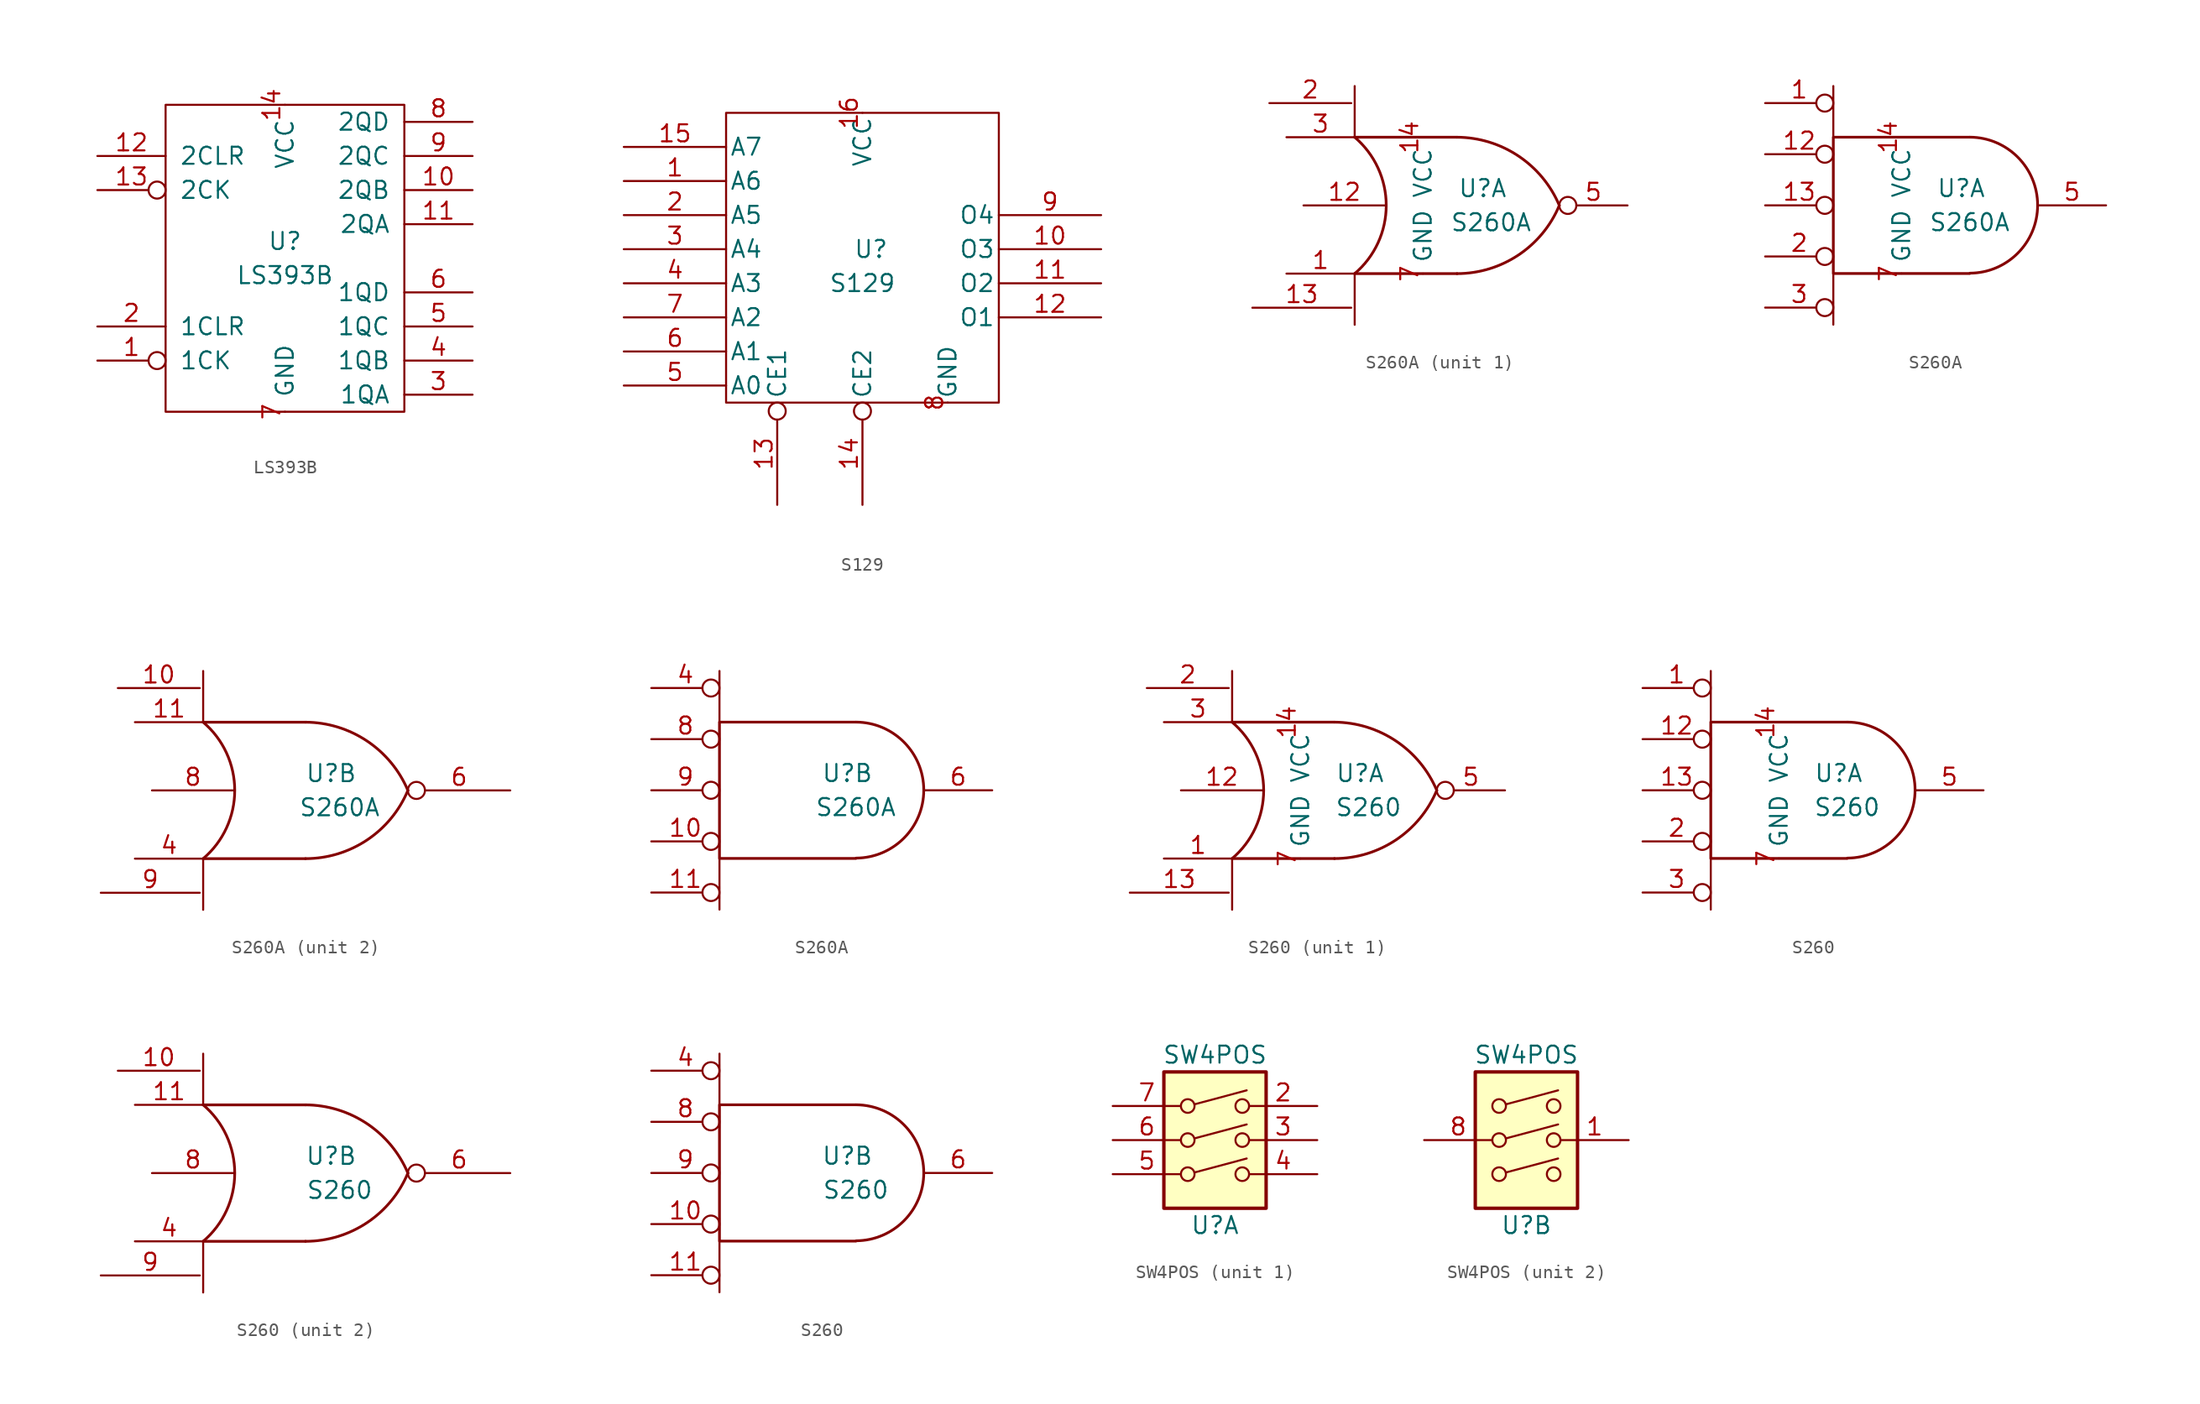
<source format=kicad_sym>
(kicad_symbol_lib
  (version 20211014)
  (generator kicad_symbol_editor)
  (symbol "LS393B"
    (pin_names
      (offset 1.016))
    (property "Reference" "U"
      (at 0 1.27 0)
      (effects (font (size 1.27 1.27))))
    (property "Value" "LS393B"
      (at 0 -1.27 0)
      (effects (font (size 1.27 1.27))))
    (symbol "LS393B_1_1"
      (rectangle (start -8.89 11.43) (end 8.89 -11.43) (stroke (width 0) (type default) (color 0 0 0 0)) (fill (type none)))
      (pin input inverted (at -13.97 -7.62 0) (length 5.08) (name "1CK" (effects (font (size 1.27 1.27)))) (number "1" (effects (font (size 1.27 1.27)))))
      (pin output line (at 13.97 5.08 180) (length 5.08) (name "2QB" (effects (font (size 1.27 1.27)))) (number "10" (effects (font (size 1.27 1.27)))))
      (pin output line (at 13.97 2.54 180) (length 5.08) (name "2QA" (effects (font (size 1.27 1.27)))) (number "11" (effects (font (size 1.27 1.27)))))
      (pin input line (at -13.97 7.62 0) (length 5.08) (name "2CLR" (effects (font (size 1.27 1.27)))) (number "12" (effects (font (size 1.27 1.27)))))
      (pin input inverted (at -13.97 5.08 0) (length 5.08) (name "2CK" (effects (font (size 1.27 1.27)))) (number "13" (effects (font (size 1.27 1.27)))))
      (pin power_in line (at 0 11.43 270) (length 0) (name "VCC" (effects (font (size 1.27 1.27)))) (number "14" (effects (font (size 1.27 1.27)))))
      (pin input line (at -13.97 -5.08 0) (length 5.08) (name "1CLR" (effects (font (size 1.27 1.27)))) (number "2" (effects (font (size 1.27 1.27)))))
      (pin output line (at 13.97 -10.16 180) (length 5.08) (name "1QA" (effects (font (size 1.27 1.27)))) (number "3" (effects (font (size 1.27 1.27)))))
      (pin output line (at 13.97 -7.62 180) (length 5.08) (name "1QB" (effects (font (size 1.27 1.27)))) (number "4" (effects (font (size 1.27 1.27)))))
      (pin output line (at 13.97 -5.08 180) (length 5.08) (name "1QC" (effects (font (size 1.27 1.27)))) (number "5" (effects (font (size 1.27 1.27)))))
      (pin output line (at 13.97 -2.54 180) (length 5.08) (name "1QD" (effects (font (size 1.27 1.27)))) (number "6" (effects (font (size 1.27 1.27)))))
      (pin power_in line (at 0 -11.43 90) (length 0) (name "GND" (effects (font (size 1.27 1.27)))) (number "7" (effects (font (size 1.27 1.27)))))
      (pin output line (at 13.97 10.16 180) (length 5.08) (name "2QD" (effects (font (size 1.27 1.27)))) (number "8" (effects (font (size 1.27 1.27)))))
      (pin output line (at 13.97 7.62 180) (length 5.08) (name "2QC" (effects (font (size 1.27 1.27)))) (number "9" (effects (font (size 1.27 1.27)))))))
  (symbol "S129"
    (pin_names
      (offset 0.254))
    (property "Reference" "U"
      (at 0.635 1.27 0)
      (effects (font (size 1.27 1.27))))
    (property "Value" "S129"
      (at 0 -1.27 0)
      (effects (font (size 1.27 1.27))))
    (symbol "S129_0_0"
      (pin power_in line (at 6.35 -10.16 90) (length 0) (name "GND" (effects (font (size 1.27 1.27)))) (number "8" (effects (font (size 1.27 1.27))))))
    (symbol "S129_0_1"
      (rectangle (start -10.16 11.43) (end 10.16 -10.16) (stroke (width 0) (type default) (color 0 0 0 0)) (fill (type none))))
    (symbol "S129_1_0"
      (pin power_in line (at 0 11.43 270) (length 0) (name "VCC" (effects (font (size 1.27 1.27)))) (number "16" (effects (font (size 1.27 1.27))))))
    (symbol "S129_1_1"
      (pin input line (at -17.78 6.35 0) (length 7.62) (name "A6" (effects (font (size 1.27 1.27)))) (number "1" (effects (font (size 1.27 1.27)))))
      (pin output line (at 17.78 1.27 180) (length 7.62) (name "O3" (effects (font (size 1.27 1.27)))) (number "10" (effects (font (size 1.27 1.27)))))
      (pin output line (at 17.78 -1.27 180) (length 7.62) (name "O2" (effects (font (size 1.27 1.27)))) (number "11" (effects (font (size 1.27 1.27)))))
      (pin output line (at 17.78 -3.81 180) (length 7.62) (name "O1" (effects (font (size 1.27 1.27)))) (number "12" (effects (font (size 1.27 1.27)))))
      (pin input inverted (at -6.35 -17.78 90) (length 7.62) (name "CE1" (effects (font (size 1.27 1.27)))) (number "13" (effects (font (size 1.27 1.27)))))
      (pin input inverted (at 0 -17.78 90) (length 7.62) (name "CE2" (effects (font (size 1.27 1.27)))) (number "14" (effects (font (size 1.27 1.27)))))
      (pin input line (at -17.78 8.89 0) (length 7.62) (name "A7" (effects (font (size 1.27 1.27)))) (number "15" (effects (font (size 1.27 1.27)))))
      (pin input line (at -17.78 3.81 0) (length 7.62) (name "A5" (effects (font (size 1.27 1.27)))) (number "2" (effects (font (size 1.27 1.27)))))
      (pin input line (at -17.78 1.27 0) (length 7.62) (name "A4" (effects (font (size 1.27 1.27)))) (number "3" (effects (font (size 1.27 1.27)))))
      (pin input line (at -17.78 -1.27 0) (length 7.62) (name "A3" (effects (font (size 1.27 1.27)))) (number "4" (effects (font (size 1.27 1.27)))))
      (pin input line (at -17.78 -8.89 0) (length 7.62) (name "A0" (effects (font (size 1.27 1.27)))) (number "5" (effects (font (size 1.27 1.27)))))
      (pin input line (at -17.78 -6.35 0) (length 7.62) (name "A1" (effects (font (size 1.27 1.27)))) (number "6" (effects (font (size 1.27 1.27)))))
      (pin input line (at -17.78 -3.81 0) (length 7.62) (name "A2" (effects (font (size 1.27 1.27)))) (number "7" (effects (font (size 1.27 1.27)))))
      (pin output line (at 17.78 3.81 180) (length 7.62) (name "O4" (effects (font (size 1.27 1.27)))) (number "9" (effects (font (size 1.27 1.27)))))))
  (symbol "S260A"
    (pin_names
      (offset 0.762))
    (property "Reference" "U"
      (at 1.905 1.27 0)
      (effects (font (size 1.27 1.27))))
    (property "Value" "S260A"
      (at 2.54 -1.27 0)
      (effects (font (size 1.27 1.27))))
    (symbol "S260A_0_1"
      (arc (start -7.62 -5.08) (mid -5.2708 0) (end -7.62 5.08) (stroke (width 0.2032) (type default) (color 0 0 0 0)) (fill (type none)))
      (arc (start 0 -5.08) (mid 4.5784 -3.6925) (end 7.62 0) (stroke (width 0.2032) (type default) (color 0 0 0 0)) (fill (type none)))
      (polyline (pts (xy -7.62 -5.08) (xy -7.62 -8.89)) (stroke (width 0) (type default) (color 0 0 0 0)) (fill (type none)))
      (polyline (pts (xy -7.62 -5.08) (xy 0 -5.08)) (stroke (width 0.203) (type default) (color 0 0 0 0)) (fill (type none)))
      (polyline (pts (xy -7.62 5.08) (xy -7.62 8.89)) (stroke (width 0) (type default) (color 0 0 0 0)) (fill (type none)))
      (polyline (pts (xy -7.62 5.08) (xy 0 5.08)) (stroke (width 0.203) (type default) (color 0 0 0 0)) (fill (type none)))
      (arc (start 7.62 0) (mid 4.5717 3.6825) (end 0 5.08) (stroke (width 0.2032) (type default) (color 0 0 0 0)) (fill (type none))))
    (symbol "S260A_0_2"
      (polyline (pts (xy -7.62 -5.08) (xy -7.62 -8.89)) (stroke (width 0) (type default) (color 0 0 0 0)) (fill (type none)))
      (polyline (pts (xy -7.62 5.08) (xy -7.62 8.89)) (stroke (width 0) (type default) (color 0 0 0 0)) (fill (type none)))
      (polyline (pts (xy 2.54 5.08) (xy -7.62 5.08) (xy -7.62 -5.08) (xy 2.54 -5.08)) (stroke (width 0.203) (type default) (color 0 0 0 0)) (fill (type none)))
      (arc (start 2.5654 -5.0546) (mid 7.5947 0.0127) (end 2.5654 5.08) (stroke (width 0.2032) (type default) (color 0 0 0 0)) (fill (type none))))
    (symbol "S260A_1_0"
      (pin power_in line (at -2.54 5.08 270) (length 0) (name "VCC" (effects (font (size 1.27 1.27)))) (number "14" (effects (font (size 1.27 1.27)))))
      (pin power_in line (at -2.54 -5.08 90) (length 0) (name "GND" (effects (font (size 1.27 1.27)))) (number "7" (effects (font (size 1.27 1.27))))))
    (symbol "S260A_1_1"
      (pin input line (at -12.7 -5.08 0) (length 5.08) (name "~" (effects (font (size 1.27 1.27)))) (number "1" (effects (font (size 1.27 1.27)))))
      (pin input line (at -11.43 0 0) (length 6.096) (name "~" (effects (font (size 1.27 1.27)))) (number "12" (effects (font (size 1.27 1.27)))))
      (pin input line (at -15.24 -7.62 0) (length 7.366) (name "~" (effects (font (size 1.27 1.27)))) (number "13" (effects (font (size 1.27 1.27)))))
      (pin input line (at -13.97 7.62 0) (length 6.096) (name "~" (effects (font (size 1.27 1.27)))) (number "2" (effects (font (size 1.27 1.27)))))
      (pin input line (at -12.7 5.08 0) (length 5.08) (name "~" (effects (font (size 1.27 1.27)))) (number "3" (effects (font (size 1.27 1.27)))))
      (pin output inverted (at 12.7 0 180) (length 5.08) (name "~" (effects (font (size 1.27 1.27)))) (number "5" (effects (font (size 1.27 1.27))))))
    (symbol "S260A_1_2"
      (pin input inverted (at -12.7 7.62 0) (length 5.08) (name "~" (effects (font (size 1.27 1.27)))) (number "1" (effects (font (size 1.27 1.27)))))
      (pin input inverted (at -12.7 3.81 0) (length 5.08) (name "~" (effects (font (size 1.27 1.27)))) (number "12" (effects (font (size 1.27 1.27)))))
      (pin input inverted (at -12.7 0 0) (length 5.08) (name "~" (effects (font (size 1.27 1.27)))) (number "13" (effects (font (size 1.27 1.27)))))
      (pin input inverted (at -12.7 -3.81 0) (length 5.08) (name "~" (effects (font (size 1.27 1.27)))) (number "2" (effects (font (size 1.27 1.27)))))
      (pin input inverted (at -12.7 -7.62 0) (length 5.08) (name "~" (effects (font (size 1.27 1.27)))) (number "3" (effects (font (size 1.27 1.27)))))
      (pin output line (at 12.7 0 180) (length 5.08) (name "~" (effects (font (size 1.27 1.27)))) (number "5" (effects (font (size 1.27 1.27))))))
    (symbol "S260A_2_1"
      (pin input line (at -13.97 7.62 0) (length 6.096) (name "~" (effects (font (size 1.27 1.27)))) (number "10" (effects (font (size 1.27 1.27)))))
      (pin input line (at -12.7 5.08 0) (length 5.08) (name "~" (effects (font (size 1.27 1.27)))) (number "11" (effects (font (size 1.27 1.27)))))
      (pin input line (at -12.7 -5.08 0) (length 5.08) (name "~" (effects (font (size 1.27 1.27)))) (number "4" (effects (font (size 1.27 1.27)))))
      (pin output inverted (at 15.24 0 180) (length 7.62) (name "~" (effects (font (size 1.27 1.27)))) (number "6" (effects (font (size 1.27 1.27)))))
      (pin input line (at -11.43 0 0) (length 6.096) (name "~" (effects (font (size 1.27 1.27)))) (number "8" (effects (font (size 1.27 1.27)))))
      (pin input line (at -15.24 -7.62 0) (length 7.366) (name "~" (effects (font (size 1.27 1.27)))) (number "9" (effects (font (size 1.27 1.27))))))
    (symbol "S260A_2_2"
      (pin input inverted (at -12.7 -3.81 0) (length 5.08) (name "~" (effects (font (size 1.27 1.27)))) (number "10" (effects (font (size 1.27 1.27)))))
      (pin input inverted (at -12.7 -7.62 0) (length 5.08) (name "~" (effects (font (size 1.27 1.27)))) (number "11" (effects (font (size 1.27 1.27)))))
      (pin input inverted (at -12.7 7.62 0) (length 5.08) (name "~" (effects (font (size 1.27 1.27)))) (number "4" (effects (font (size 1.27 1.27)))))
      (pin output line (at 12.7 0 180) (length 5.08) (name "~" (effects (font (size 1.27 1.27)))) (number "6" (effects (font (size 1.27 1.27)))))
      (pin input inverted (at -12.7 3.81 0) (length 5.08) (name "~" (effects (font (size 1.27 1.27)))) (number "8" (effects (font (size 1.27 1.27)))))
      (pin input inverted (at -12.7 0 0) (length 5.08) (name "~" (effects (font (size 1.27 1.27)))) (number "9" (effects (font (size 1.27 1.27)))))))
  (symbol "S260"
    (pin_names
      (offset 0.762))
    (property "Reference" "U"
      (at 1.905 1.27 0)
      (effects (font (size 1.27 1.27))))
    (property "Value" "S260"
      (at 2.54 -1.27 0)
      (effects (font (size 1.27 1.27))))
    (symbol "S260_0_1"
      (arc (start -7.62 -5.08) (mid -5.2708 0) (end -7.62 5.08) (stroke (width 0.2032) (type default) (color 0 0 0 0)) (fill (type none)))
      (arc (start 0 -5.08) (mid 4.5784 -3.6925) (end 7.62 0) (stroke (width 0.2032) (type default) (color 0 0 0 0)) (fill (type none)))
      (polyline (pts (xy -7.62 -5.08) (xy -7.62 -8.89)) (stroke (width 0) (type default) (color 0 0 0 0)) (fill (type none)))
      (polyline (pts (xy -7.62 -5.08) (xy 0 -5.08)) (stroke (width 0.203) (type default) (color 0 0 0 0)) (fill (type none)))
      (polyline (pts (xy -7.62 5.08) (xy -7.62 8.89)) (stroke (width 0) (type default) (color 0 0 0 0)) (fill (type none)))
      (polyline (pts (xy -7.62 5.08) (xy 0 5.08)) (stroke (width 0.203) (type default) (color 0 0 0 0)) (fill (type none)))
      (arc (start 7.62 0) (mid 4.5717 3.6825) (end 0 5.08) (stroke (width 0.2032) (type default) (color 0 0 0 0)) (fill (type none))))
    (symbol "S260_0_2"
      (polyline (pts (xy -7.62 -5.08) (xy -7.62 -8.89)) (stroke (width 0) (type default) (color 0 0 0 0)) (fill (type none)))
      (polyline (pts (xy -7.62 5.08) (xy -7.62 8.89)) (stroke (width 0) (type default) (color 0 0 0 0)) (fill (type none)))
      (polyline (pts (xy 2.54 5.08) (xy -7.62 5.08) (xy -7.62 -5.08) (xy 2.54 -5.08)) (stroke (width 0.203) (type default) (color 0 0 0 0)) (fill (type none)))
      (arc (start 2.5654 -5.0546) (mid 7.5947 0.0127) (end 2.5654 5.08) (stroke (width 0.2032) (type default) (color 0 0 0 0)) (fill (type none))))
    (symbol "S260_1_0"
      (pin power_in line (at -2.54 5.08 270) (length 0) (name "VCC" (effects (font (size 1.27 1.27)))) (number "14" (effects (font (size 1.27 1.27)))))
      (pin power_in line (at -2.54 -5.08 90) (length 0) (name "GND" (effects (font (size 1.27 1.27)))) (number "7" (effects (font (size 1.27 1.27))))))
    (symbol "S260_1_1"
      (pin input line (at -12.7 -5.08 0) (length 5.08) (name "~" (effects (font (size 1.27 1.27)))) (number "1" (effects (font (size 1.27 1.27)))))
      (pin input line (at -11.43 0 0) (length 6.096) (name "~" (effects (font (size 1.27 1.27)))) (number "12" (effects (font (size 1.27 1.27)))))
      (pin input line (at -15.24 -7.62 0) (length 7.366) (name "~" (effects (font (size 1.27 1.27)))) (number "13" (effects (font (size 1.27 1.27)))))
      (pin input line (at -13.97 7.62 0) (length 6.096) (name "~" (effects (font (size 1.27 1.27)))) (number "2" (effects (font (size 1.27 1.27)))))
      (pin input line (at -12.7 5.08 0) (length 5.08) (name "~" (effects (font (size 1.27 1.27)))) (number "3" (effects (font (size 1.27 1.27)))))
      (pin output inverted (at 12.7 0 180) (length 5.08) (name "~" (effects (font (size 1.27 1.27)))) (number "5" (effects (font (size 1.27 1.27))))))
    (symbol "S260_1_2"
      (pin input inverted (at -12.7 7.62 0) (length 5.08) (name "~" (effects (font (size 1.27 1.27)))) (number "1" (effects (font (size 1.27 1.27)))))
      (pin input inverted (at -12.7 3.81 0) (length 5.08) (name "~" (effects (font (size 1.27 1.27)))) (number "12" (effects (font (size 1.27 1.27)))))
      (pin input inverted (at -12.7 0 0) (length 5.08) (name "~" (effects (font (size 1.27 1.27)))) (number "13" (effects (font (size 1.27 1.27)))))
      (pin input inverted (at -12.7 -3.81 0) (length 5.08) (name "~" (effects (font (size 1.27 1.27)))) (number "2" (effects (font (size 1.27 1.27)))))
      (pin input inverted (at -12.7 -7.62 0) (length 5.08) (name "~" (effects (font (size 1.27 1.27)))) (number "3" (effects (font (size 1.27 1.27)))))
      (pin output line (at 12.7 0 180) (length 5.08) (name "~" (effects (font (size 1.27 1.27)))) (number "5" (effects (font (size 1.27 1.27))))))
    (symbol "S260_2_1"
      (pin input line (at -13.97 7.62 0) (length 6.096) (name "~" (effects (font (size 1.27 1.27)))) (number "10" (effects (font (size 1.27 1.27)))))
      (pin input line (at -12.7 5.08 0) (length 5.08) (name "~" (effects (font (size 1.27 1.27)))) (number "11" (effects (font (size 1.27 1.27)))))
      (pin input line (at -12.7 -5.08 0) (length 5.08) (name "~" (effects (font (size 1.27 1.27)))) (number "4" (effects (font (size 1.27 1.27)))))
      (pin output inverted (at 15.24 0 180) (length 7.62) (name "~" (effects (font (size 1.27 1.27)))) (number "6" (effects (font (size 1.27 1.27)))))
      (pin input line (at -11.43 0 0) (length 6.096) (name "~" (effects (font (size 1.27 1.27)))) (number "8" (effects (font (size 1.27 1.27)))))
      (pin input line (at -15.24 -7.62 0) (length 7.366) (name "~" (effects (font (size 1.27 1.27)))) (number "9" (effects (font (size 1.27 1.27))))))
    (symbol "S260_2_2"
      (pin input inverted (at -12.7 -3.81 0) (length 5.08) (name "~" (effects (font (size 1.27 1.27)))) (number "10" (effects (font (size 1.27 1.27)))))
      (pin input inverted (at -12.7 -7.62 0) (length 5.08) (name "~" (effects (font (size 1.27 1.27)))) (number "11" (effects (font (size 1.27 1.27)))))
      (pin input inverted (at -12.7 7.62 0) (length 5.08) (name "~" (effects (font (size 1.27 1.27)))) (number "4" (effects (font (size 1.27 1.27)))))
      (pin output line (at 12.7 0 180) (length 5.08) (name "~" (effects (font (size 1.27 1.27)))) (number "6" (effects (font (size 1.27 1.27)))))
      (pin input inverted (at -12.7 3.81 0) (length 5.08) (name "~" (effects (font (size 1.27 1.27)))) (number "8" (effects (font (size 1.27 1.27)))))
      (pin input inverted (at -12.7 0 0) (length 5.08) (name "~" (effects (font (size 1.27 1.27)))) (number "9" (effects (font (size 1.27 1.27)))))))
  (symbol "SW4POS"
    (property "Reference" "U"
      (at 0 -6.35 0)
      (effects (font (size 1.27 1.27))))
    (property "Value" "SW4POS"
      (at 0 6.35 0)
      (effects (font (size 1.27 1.27))))
    (symbol "SW4POS_0_0"
      (circle (center -2.032 -2.54) (radius 0.508) (stroke (width 0) (type default) (color 0 0 0 0)) (fill (type none)))
      (circle (center -2.032 0) (radius 0.508) (stroke (width 0) (type default) (color 0 0 0 0)) (fill (type none)))
      (circle (center -2.032 2.54) (radius 0.508) (stroke (width 0) (type default) (color 0 0 0 0)) (fill (type none)))
      (polyline (pts (xy -1.524 -2.413) (xy 2.362 -1.372)) (stroke (width 0) (type default) (color 0 0 0 0)) (fill (type none)))
      (polyline (pts (xy -1.524 0.127) (xy 2.362 1.168)) (stroke (width 0) (type default) (color 0 0 0 0)) (fill (type none)))
      (polyline (pts (xy -1.524 2.667) (xy 2.362 3.708)) (stroke (width 0) (type default) (color 0 0 0 0)) (fill (type none)))
      (circle (center 2.032 -2.54) (radius 0.508) (stroke (width 0) (type default) (color 0 0 0 0)) (fill (type none)))
      (circle (center 2.032 0) (radius 0.508) (stroke (width 0) (type default) (color 0 0 0 0)) (fill (type none)))
      (circle (center 2.032 2.54) (radius 0.508) (stroke (width 0) (type default) (color 0 0 0 0)) (fill (type none))))
    (symbol "SW4POS_0_1"
      (rectangle (start -3.81 5.08) (end 3.81 -5.08) (stroke (width 0.254) (type default) (color 0 0 0 0)) (fill (type background))))
    (symbol "SW4POS_1_1"
      (pin passive line (at 7.62 2.54 180) (length 5.08) (name "~" (effects (font (size 1.27 1.27)))) (number "2" (effects (font (size 1.27 1.27)))))
      (pin passive line (at 7.62 0 180) (length 5.08) (name "~" (effects (font (size 1.27 1.27)))) (number "3" (effects (font (size 1.27 1.27)))))
      (pin passive line (at 7.62 -2.54 180) (length 5.08) (name "~" (effects (font (size 1.27 1.27)))) (number "4" (effects (font (size 1.27 1.27)))))
      (pin passive line (at -7.62 -2.54 0) (length 5.08) (name "" (effects (font (size 1.27 1.27)))) (number "5" (effects (font (size 1.27 1.27)))))
      (pin passive line (at -7.62 0 0) (length 5.08) (name "~" (effects (font (size 1.27 1.27)))) (number "6" (effects (font (size 1.27 1.27)))))
      (pin passive line (at -7.62 2.54 0) (length 5.08) (name "~" (effects (font (size 1.27 1.27)))) (number "7" (effects (font (size 1.27 1.27))))))
    (symbol "SW4POS_2_1"
      (pin passive line (at 7.62 0 180) (length 5.08) (name "" (effects (font (size 1.27 1.27)))) (number "1" (effects (font (size 1.27 1.27)))))
      (pin passive line (at -7.62 0 0) (length 5.08) (name "" (effects (font (size 1.27 1.27)))) (number "8" (effects (font (size 1.27 1.27))))))))
</source>
